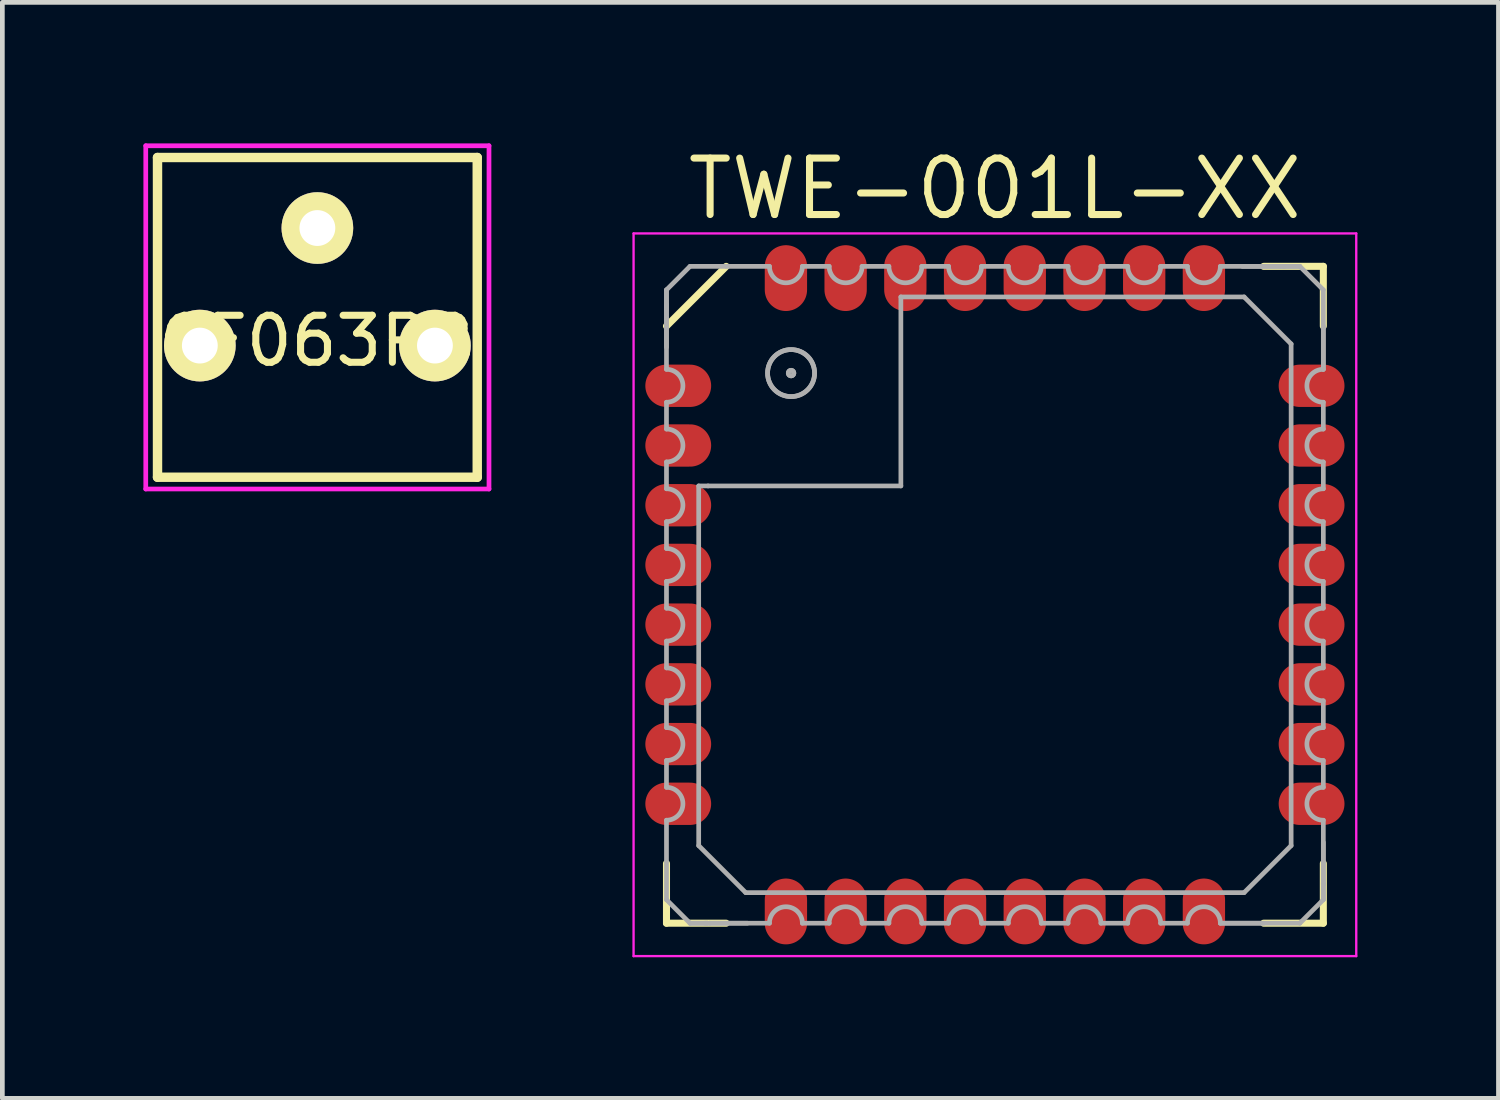
<source format=kicad_pcb>
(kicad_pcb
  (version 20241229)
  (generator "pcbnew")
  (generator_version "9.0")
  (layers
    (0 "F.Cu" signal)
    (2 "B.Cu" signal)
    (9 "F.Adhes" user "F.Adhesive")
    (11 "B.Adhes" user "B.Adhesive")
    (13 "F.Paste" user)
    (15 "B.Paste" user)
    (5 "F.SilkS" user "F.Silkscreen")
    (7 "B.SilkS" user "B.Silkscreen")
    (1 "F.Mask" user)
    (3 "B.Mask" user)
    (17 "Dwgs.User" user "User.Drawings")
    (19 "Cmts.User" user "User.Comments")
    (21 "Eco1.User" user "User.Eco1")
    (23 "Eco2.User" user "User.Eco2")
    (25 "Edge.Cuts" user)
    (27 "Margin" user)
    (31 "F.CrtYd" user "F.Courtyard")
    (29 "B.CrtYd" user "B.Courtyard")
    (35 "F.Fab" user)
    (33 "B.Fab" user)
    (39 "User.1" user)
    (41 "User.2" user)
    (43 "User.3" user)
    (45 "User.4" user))
  (footprint "TWE-001L-XX"
    (layer "F.Cu")
    (at 18.11 9.6)
    (property "Reference" "TWE-001L-XX" (at 0 -8.635 0) (layer "F.SilkS") (effects (font (size 1.2 1.2) (thickness 0.15))))
    (attr smd)
    (fp_line (start -6.985 -5.715) (end -5.715 -6.985) (stroke (width 0.15) (type solid)) (layer "F.SilkS"))
    (fp_line (start -6.985 6.985) (end -6.985 5.715) (stroke (width 0.15) (type solid)) (layer "F.SilkS"))
    (fp_line (start -5.715 6.985) (end -6.985 6.985) (stroke (width 0.15) (type solid)) (layer "F.SilkS"))
    (fp_line (start 5.715 -6.985) (end 6.985 -6.985) (stroke (width 0.15) (type solid)) (layer "F.SilkS"))
    (fp_line (start 5.715 6.985) (end 6.985 6.985) (stroke (width 0.15) (type solid)) (layer "F.SilkS"))
    (fp_line (start 6.985 -6.985) (end 6.985 -5.715) (stroke (width 0.15) (type solid)) (layer "F.SilkS"))
    (fp_line (start 6.985 6.985) (end 6.985 5.715) (stroke (width 0.15) (type solid)) (layer "F.SilkS"))
    (fp_line (start -7.685 -7.685) (end 7.685 -7.685) (stroke (width 0.05) (type solid)) (layer "F.CrtYd"))
    (fp_line (start -7.685 7.685) (end -7.685 -7.685) (stroke (width 0.05) (type solid)) (layer "F.CrtYd"))
    (fp_line (start 7.685 -7.685) (end 7.685 7.685) (stroke (width 0.05) (type solid)) (layer "F.CrtYd"))
    (fp_line (start 7.685 7.685) (end -7.685 7.685) (stroke (width 0.05) (type solid)) (layer "F.CrtYd"))
    (fp_line (start -6.985 -6.485) (end -6.985 -6.115) (stroke (width 0.1) (type solid)) (layer "F.Fab"))
    (fp_line (start -6.985 -6.485) (end -6.985 -6.115) (stroke (width 0.1) (type solid)) (layer "F.Fab"))
    (fp_line (start -6.985 -6.065) (end -6.985 -6.165) (stroke (width 0.1) (type solid)) (layer "F.Fab"))
    (fp_line (start -6.985 -6.065) (end -6.985 -5.265) (stroke (width 0.1) (type solid)) (layer "F.Fab"))
    (fp_line (start -6.985 -6.065) (end -6.985 -4.795) (stroke (width 0.1) (type solid)) (layer "F.Fab"))
    (fp_line (start -6.985 -4.095) (end -6.985 -3.525) (stroke (width 0.1) (type solid)) (layer "F.Fab"))
    (fp_line (start -6.985 -2.825) (end -6.985 -2.255) (stroke (width 0.1) (type solid)) (layer "F.Fab"))
    (fp_line (start -6.985 -1.555) (end -6.985 -0.985) (stroke (width 0.1) (type solid)) (layer "F.Fab"))
    (fp_line (start -6.985 -0.285) (end -6.985 0.285) (stroke (width 0.1) (type solid)) (layer "F.Fab"))
    (fp_line (start -6.985 0.985) (end -6.985 1.555) (stroke (width 0.1) (type solid)) (layer "F.Fab"))
    (fp_line (start -6.985 2.255) (end -6.985 2.825) (stroke (width 0.1) (type solid)) (layer "F.Fab"))
    (fp_line (start -6.985 3.525) (end -6.985 4.095) (stroke (width 0.1) (type solid)) (layer "F.Fab"))
    (fp_line (start -6.985 6.485) (end -6.985 4.795) (stroke (width 0.1) (type solid)) (layer "F.Fab"))
    (fp_line (start -6.985 6.485) (end -6.485 6.985) (stroke (width 0.1) (type solid)) (layer "F.Fab"))
    (fp_line (start -6.485 -6.985) (end -6.985 -6.485) (stroke (width 0.1) (type solid)) (layer "F.Fab"))
    (fp_line (start -6.485 6.985) (end -6.115 6.985) (stroke (width 0.1) (type solid)) (layer "F.Fab"))
    (fp_line (start -6.485 6.985) (end -6.115 6.985) (stroke (width 0.1) (type solid)) (layer "F.Fab"))
    (fp_line (start -6.3 -2.315) (end -6.3 5.335) (stroke (width 0.1) (type solid)) (layer "F.Fab"))
    (fp_line (start -6.3 5.335) (end -5.3 6.335) (stroke (width 0.1) (type solid)) (layer "F.Fab"))
    (fp_line (start -6.1 -2.315) (end -6.3 -2.315) (stroke (width 0.1) (type solid)) (layer "F.Fab"))
    (fp_line (start -6.065 6.985) (end -6.165 6.985) (stroke (width 0.1) (type solid)) (layer "F.Fab"))
    (fp_line (start -6.065 6.985) (end -5.265 6.985) (stroke (width 0.1) (type solid)) (layer "F.Fab"))
    (fp_line (start -6.065 6.985) (end -4.795 6.985) (stroke (width 0.1) (type solid)) (layer "F.Fab"))
    (fp_line (start -5.715 -6.985) (end -6.485 -6.985) (stroke (width 0.1) (type solid)) (layer "F.Fab"))
    (fp_line (start -5.3 6.335) (end 5.3 6.335) (stroke (width 0.1) (type solid)) (layer "F.Fab"))
    (fp_line (start -4.795 -6.985) (end -5.715 -6.985) (stroke (width 0.1) (type solid)) (layer "F.Fab"))
    (fp_line (start -4.095 6.985) (end -3.525 6.985) (stroke (width 0.1) (type solid)) (layer "F.Fab"))
    (fp_line (start -3.525 -6.985) (end -4.095 -6.985) (stroke (width 0.1) (type solid)) (layer "F.Fab"))
    (fp_line (start -2.825 6.985) (end -2.255 6.985) (stroke (width 0.1) (type solid)) (layer "F.Fab"))
    (fp_line (start -2.255 -6.985) (end -2.825 -6.985) (stroke (width 0.1) (type solid)) (layer "F.Fab"))
    (fp_line (start -2 -6.335) (end -2 -2.315) (stroke (width 0.1) (type solid)) (layer "F.Fab"))
    (fp_line (start -2 -2.315) (end -6.1 -2.315) (stroke (width 0.1) (type solid)) (layer "F.Fab"))
    (fp_line (start -1.555 6.985) (end -0.985 6.985) (stroke (width 0.1) (type solid)) (layer "F.Fab"))
    (fp_line (start -0.985 -6.985) (end -1.555 -6.985) (stroke (width 0.1) (type solid)) (layer "F.Fab"))
    (fp_line (start -0.285 6.985) (end 0.285 6.985) (stroke (width 0.1) (type solid)) (layer "F.Fab"))
    (fp_line (start 0.285 -6.985) (end -0.285 -6.985) (stroke (width 0.1) (type solid)) (layer "F.Fab"))
    (fp_line (start 0.985 6.985) (end 1.555 6.985) (stroke (width 0.1) (type solid)) (layer "F.Fab"))
    (fp_line (start 1.555 -6.985) (end 0.985 -6.985) (stroke (width 0.1) (type solid)) (layer "F.Fab"))
    (fp_line (start 2.255 6.985) (end 2.825 6.985) (stroke (width 0.1) (type solid)) (layer "F.Fab"))
    (fp_line (start 2.825 -6.985) (end 2.255 -6.985) (stroke (width 0.1) (type solid)) (layer "F.Fab"))
    (fp_line (start 3.525 6.985) (end 4.095 6.985) (stroke (width 0.1) (type solid)) (layer "F.Fab"))
    (fp_line (start 4.095 -6.985) (end 3.525 -6.985) (stroke (width 0.1) (type solid)) (layer "F.Fab"))
    (fp_line (start 4.795 6.985) (end 5.715 6.985) (stroke (width 0.1) (type solid)) (layer "F.Fab"))
    (fp_line (start 4.795 6.985) (end 6.485 6.985) (stroke (width 0.1) (type solid)) (layer "F.Fab"))
    (fp_line (start 5.3 -6.335) (end -2 -6.335) (stroke (width 0.1) (type solid)) (layer "F.Fab"))
    (fp_line (start 5.3 6.335) (end 6.3 5.335) (stroke (width 0.1) (type solid)) (layer "F.Fab"))
    (fp_line (start 6.065 -6.985) (end 4.795 -6.985) (stroke (width 0.1) (type solid)) (layer "F.Fab"))
    (fp_line (start 6.065 -6.985) (end 5.265 -6.985) (stroke (width 0.1) (type solid)) (layer "F.Fab"))
    (fp_line (start 6.065 -6.985) (end 6.165 -6.985) (stroke (width 0.1) (type solid)) (layer "F.Fab"))
    (fp_line (start 6.3 -5.335) (end 5.3 -6.335) (stroke (width 0.1) (type solid)) (layer "F.Fab"))
    (fp_line (start 6.3 5.335) (end 6.3 -5.335) (stroke (width 0.1) (type solid)) (layer "F.Fab"))
    (fp_line (start 6.485 -6.985) (end 6.115 -6.985) (stroke (width 0.1) (type solid)) (layer "F.Fab"))
    (fp_line (start 6.485 -6.985) (end 6.115 -6.985) (stroke (width 0.1) (type solid)) (layer "F.Fab"))
    (fp_line (start 6.485 6.985) (end 6.985 6.485) (stroke (width 0.1) (type solid)) (layer "F.Fab"))
    (fp_line (start 6.985 -6.485) (end 6.485 -6.985) (stroke (width 0.1) (type solid)) (layer "F.Fab"))
    (fp_line (start 6.985 -4.795) (end 6.985 -6.485) (stroke (width 0.1) (type solid)) (layer "F.Fab"))
    (fp_line (start 6.985 -4.795) (end 6.985 -5.715) (stroke (width 0.1) (type solid)) (layer "F.Fab"))
    (fp_line (start 6.985 -3.525) (end 6.985 -4.095) (stroke (width 0.1) (type solid)) (layer "F.Fab"))
    (fp_line (start 6.985 -2.255) (end 6.985 -2.825) (stroke (width 0.1) (type solid)) (layer "F.Fab"))
    (fp_line (start 6.985 -0.985) (end 6.985 -1.555) (stroke (width 0.1) (type solid)) (layer "F.Fab"))
    (fp_line (start 6.985 0.285) (end 6.985 -0.285) (stroke (width 0.1) (type solid)) (layer "F.Fab"))
    (fp_line (start 6.985 1.555) (end 6.985 0.985) (stroke (width 0.1) (type solid)) (layer "F.Fab"))
    (fp_line (start 6.985 2.825) (end 6.985 2.255) (stroke (width 0.1) (type solid)) (layer "F.Fab"))
    (fp_line (start 6.985 4.095) (end 6.985 3.525) (stroke (width 0.1) (type solid)) (layer "F.Fab"))
    (fp_line (start 6.985 6.065) (end 6.985 4.795) (stroke (width 0.1) (type solid)) (layer "F.Fab"))
    (fp_line (start 6.985 6.065) (end 6.985 5.265) (stroke (width 0.1) (type solid)) (layer "F.Fab"))
    (fp_line (start 6.985 6.065) (end 6.985 6.165) (stroke (width 0.1) (type solid)) (layer "F.Fab"))
    (fp_line (start 6.985 6.485) (end 6.985 6.115) (stroke (width 0.1) (type solid)) (layer "F.Fab"))
    (fp_line (start 6.985 6.485) (end 6.985 6.115) (stroke (width 0.1) (type solid)) (layer "F.Fab"))
    (fp_arc (start -6.985021 -4.795) (mid -6.635021 -4.445) (end -6.985021 -4.095) (stroke (width 0.1) (type solid)) (layer "F.Fab"))
    (fp_arc (start -6.985021 -3.525) (mid -6.635021 -3.175) (end -6.985021 -2.825) (stroke (width 0.1) (type solid)) (layer "F.Fab"))
    (fp_arc (start -6.985021 -2.255) (mid -6.635021 -1.905) (end -6.985021 -1.555) (stroke (width 0.1) (type solid)) (layer "F.Fab"))
    (fp_arc (start -6.985021 -0.985) (mid -6.635021 -0.635) (end -6.985021 -0.285) (stroke (width 0.1) (type solid)) (layer "F.Fab"))
    (fp_arc (start -6.985021 0.285) (mid -6.635021 0.635) (end -6.985021 0.985) (stroke (width 0.1) (type solid)) (layer "F.Fab"))
    (fp_arc (start -6.985021 1.555) (mid -6.635021 1.905) (end -6.985021 2.255) (stroke (width 0.1) (type solid)) (layer "F.Fab"))
    (fp_arc (start -6.985021 2.825) (mid -6.635021 3.175) (end -6.985021 3.525) (stroke (width 0.1) (type solid)) (layer "F.Fab"))
    (fp_arc (start -6.985021 4.095) (mid -6.635021 4.445) (end -6.985021 4.795) (stroke (width 0.1) (type solid)) (layer "F.Fab"))
    (fp_arc (start -4.795021 6.985) (mid -4.445021 6.635) (end -4.095021 6.985) (stroke (width 0.1) (type solid)) (layer "F.Fab"))
    (fp_arc (start -4.095021 -6.985) (mid -4.445021 -6.635) (end -4.795021 -6.985) (stroke (width 0.1) (type solid)) (layer "F.Fab"))
    (fp_arc (start -3.525021 6.985) (mid -3.175021 6.635) (end -2.825021 6.985) (stroke (width 0.1) (type solid)) (layer "F.Fab"))
    (fp_arc (start -2.825021 -6.985) (mid -3.175021 -6.635) (end -3.525021 -6.985) (stroke (width 0.1) (type solid)) (layer "F.Fab"))
    (fp_arc (start -2.255021 6.985) (mid -1.905021 6.635) (end -1.555021 6.985) (stroke (width 0.1) (type solid)) (layer "F.Fab"))
    (fp_arc (start -1.555021 -6.985) (mid -1.905021 -6.635) (end -2.255021 -6.985) (stroke (width 0.1) (type solid)) (layer "F.Fab"))
    (fp_arc (start -0.985021 6.985) (mid -0.635021 6.635) (end -0.285021 6.985) (stroke (width 0.1) (type solid)) (layer "F.Fab"))
    (fp_arc (start -0.285021 -6.985) (mid -0.635021 -6.635) (end -0.985021 -6.985) (stroke (width 0.1) (type solid)) (layer "F.Fab"))
    (fp_arc (start 0.284979 6.985) (mid 0.634979 6.635) (end 0.984979 6.985) (stroke (width 0.1) (type solid)) (layer "F.Fab"))
    (fp_arc (start 0.984979 -6.985) (mid 0.634979 -6.635) (end 0.284979 -6.985) (stroke (width 0.1) (type solid)) (layer "F.Fab"))
    (fp_arc (start 1.554979 6.985) (mid 1.904979 6.635) (end 2.254979 6.985) (stroke (width 0.1) (type solid)) (layer "F.Fab"))
    (fp_arc (start 2.254979 -6.985) (mid 1.904979 -6.635) (end 1.554979 -6.985) (stroke (width 0.1) (type solid)) (layer "F.Fab"))
    (fp_arc (start 2.824979 6.985) (mid 3.174979 6.635) (end 3.524979 6.985) (stroke (width 0.1) (type solid)) (layer "F.Fab"))
    (fp_arc (start 3.524979 -6.985) (mid 3.174979 -6.635) (end 2.824979 -6.985) (stroke (width 0.1) (type solid)) (layer "F.Fab"))
    (fp_arc (start 4.094979 6.985) (mid 4.444979 6.635) (end 4.794979 6.985) (stroke (width 0.1) (type solid)) (layer "F.Fab"))
    (fp_arc (start 4.794979 -6.985) (mid 4.444979 -6.635) (end 4.094979 -6.985) (stroke (width 0.1) (type solid)) (layer "F.Fab"))
    (fp_arc (start 6.985021 -4.095) (mid 6.635021 -4.445) (end 6.985021 -4.795) (stroke (width 0.1) (type solid)) (layer "F.Fab"))
    (fp_arc (start 6.985021 -2.825) (mid 6.635021 -3.175) (end 6.985021 -3.525) (stroke (width 0.1) (type solid)) (layer "F.Fab"))
    (fp_arc (start 6.985021 -1.555) (mid 6.635021 -1.905) (end 6.985021 -2.255) (stroke (width 0.1) (type solid)) (layer "F.Fab"))
    (fp_arc (start 6.985021 -0.285) (mid 6.635021 -0.635) (end 6.985021 -0.985) (stroke (width 0.1) (type solid)) (layer "F.Fab"))
    (fp_arc (start 6.985021 0.985) (mid 6.635021 0.635) (end 6.985021 0.285) (stroke (width 0.1) (type solid)) (layer "F.Fab"))
    (fp_arc (start 6.985021 2.255) (mid 6.635021 1.905) (end 6.985021 1.555) (stroke (width 0.1) (type solid)) (layer "F.Fab"))
    (fp_arc (start 6.985021 3.525) (mid 6.635021 3.175) (end 6.985021 2.825) (stroke (width 0.1) (type solid)) (layer "F.Fab"))
    (fp_arc (start 6.985021 4.795) (mid 6.635021 4.445) (end 6.985021 4.095) (stroke (width 0.1) (type solid)) (layer "F.Fab"))
    (fp_circle (center -4.335 -4.715) (end -4.335 -4.705) (stroke (width 0.1) (type solid)) (fill no) (layer "F.Fab"))
    (fp_circle (center -4.335 -4.715) (end -4.335 -4.705) (stroke (width 0.1) (type solid)) (fill no) (layer "F.Fab"))
    (fp_circle (center -4.335 -4.715) (end -4.335 -4.215) (stroke (width 0.1) (type solid)) (fill no) (layer "F.Fab"))
    (fp_circle (center -4.335 -4.715) (end -4.335 -4.215) (stroke (width 0.1) (type solid)) (fill no) (layer "F.Fab"))
    (pad "1" smd oval (at -6.735 -4.445 90) (size 0.9 1.4) (layers "F.Cu" "F.Mask" "F.Paste"))
    (pad "2" smd oval (at -6.735 -3.175 90) (size 0.9 1.4) (layers "F.Cu" "F.Mask" "F.Paste"))
    (pad "3" smd oval (at -6.735 -1.905 90) (size 0.9 1.4) (layers "F.Cu" "F.Mask" "F.Paste"))
    (pad "4" smd oval (at -6.735 -0.635 90) (size 0.9 1.4) (layers "F.Cu" "F.Mask" "F.Paste"))
    (pad "5" smd oval (at -6.735 0.635 90) (size 0.9 1.4) (layers "F.Cu" "F.Mask" "F.Paste"))
    (pad "6" smd oval (at -6.735 1.905 90) (size 0.9 1.4) (layers "F.Cu" "F.Mask" "F.Paste"))
    (pad "7" smd oval (at -6.735 3.175 90) (size 0.9 1.4) (layers "F.Cu" "F.Mask" "F.Paste"))
    (pad "8" smd oval (at -6.735 4.445 90) (size 0.9 1.4) (layers "F.Cu" "F.Mask" "F.Paste"))
    (pad "9" smd oval (at -4.445 6.735) (size 0.9 1.4) (layers "F.Cu" "F.Mask" "F.Paste"))
    (pad "10" smd oval (at -3.175 6.735) (size 0.9 1.4) (layers "F.Cu" "F.Mask" "F.Paste"))
    (pad "11" smd oval (at -1.905 6.735) (size 0.9 1.4) (layers "F.Cu" "F.Mask" "F.Paste"))
    (pad "12" smd oval (at -0.635 6.735) (size 0.9 1.4) (layers "F.Cu" "F.Mask" "F.Paste"))
    (pad "13" smd oval (at 0.635 6.735) (size 0.9 1.4) (layers "F.Cu" "F.Mask" "F.Paste"))
    (pad "14" smd oval (at 1.905 6.735) (size 0.9 1.4) (layers "F.Cu" "F.Mask" "F.Paste"))
    (pad "15" smd oval (at 3.175 6.735) (size 0.9 1.4) (layers "F.Cu" "F.Mask" "F.Paste"))
    (pad "16" smd oval (at 4.445 6.735) (size 0.9 1.4) (layers "F.Cu" "F.Mask" "F.Paste"))
    (pad "17" smd oval (at 6.735 4.445 90) (size 0.9 1.4) (layers "F.Cu" "F.Mask" "F.Paste"))
    (pad "18" smd oval (at 6.735 3.175 90) (size 0.9 1.4) (layers "F.Cu" "F.Mask" "F.Paste"))
    (pad "19" smd oval (at 6.735 1.905 90) (size 0.9 1.4) (layers "F.Cu" "F.Mask" "F.Paste"))
    (pad "20" smd oval (at 6.735 0.635 90) (size 0.9 1.4) (layers "F.Cu" "F.Mask" "F.Paste"))
    (pad "21" smd oval (at 6.735 -0.635 90) (size 0.9 1.4) (layers "F.Cu" "F.Mask" "F.Paste"))
    (pad "22" smd oval (at 6.735 -1.905 90) (size 0.9 1.4) (layers "F.Cu" "F.Mask" "F.Paste"))
    (pad "23" smd oval (at 6.735 -3.175 90) (size 0.9 1.4) (layers "F.Cu" "F.Mask" "F.Paste"))
    (pad "24" smd oval (at 6.735 -4.445 90) (size 0.9 1.4) (layers "F.Cu" "F.Mask" "F.Paste"))
    (pad "25" smd oval (at 4.445 -6.735) (size 0.9 1.4) (layers "F.Cu" "F.Mask" "F.Paste"))
    (pad "26" smd oval (at 3.175 -6.735) (size 0.9 1.4) (layers "F.Cu" "F.Mask" "F.Paste"))
    (pad "27" smd oval (at 1.905 -6.735) (size 0.9 1.4) (layers "F.Cu" "F.Mask" "F.Paste"))
    (pad "28" smd oval (at 0.635 -6.735) (size 0.9 1.4) (layers "F.Cu" "F.Mask" "F.Paste"))
    (pad "29" smd oval (at -0.635 -6.735) (size 0.9 1.4) (layers "F.Cu" "F.Mask" "F.Paste"))
    (pad "30" smd oval (at -1.905 -6.735) (size 0.9 1.4) (layers "F.Cu" "F.Mask" "F.Paste"))
    (pad "31" smd oval (at -3.175 -6.735) (size 0.9 1.4) (layers "F.Cu" "F.Mask" "F.Paste"))
    (pad "32" smd oval (at -4.445 -6.735) (size 0.9 1.4) (layers "F.Cu" "F.Mask" "F.Paste")))
  (footprint "GF063PB"
    (layer "F.Cu")
    (at 3.7 3.7)
    (property "Reference" "GF063PB" (at 0 0.5 0) (layer "F.SilkS") (effects (font (size 1 1) (thickness 0.15))))
    (attr through_hole)
    (fp_line (start -3.4 -3.4) (end 3.4 -3.4) (stroke (width 0.2) (type solid)) (layer "F.SilkS"))
    (fp_line (start -3.4 3.4) (end -3.4 -3.4) (stroke (width 0.2) (type solid)) (layer "F.SilkS"))
    (fp_line (start 3.4 -3.4) (end 3.4 3.4) (stroke (width 0.2) (type solid)) (layer "F.SilkS"))
    (fp_line (start 3.4 3.4) (end -3.4 3.4) (stroke (width 0.2) (type solid)) (layer "F.SilkS"))
    (fp_line (start -3.65 -3.65) (end 3.65 -3.65) (stroke (width 0.1) (type solid)) (layer "F.CrtYd"))
    (fp_line (start -3.65 3.65) (end -3.65 -3.65) (stroke (width 0.1) (type solid)) (layer "F.CrtYd"))
    (fp_line (start 3.65 -3.65) (end 3.65 3.65) (stroke (width 0.1) (type solid)) (layer "F.CrtYd"))
    (fp_line (start 3.65 3.65) (end -3.65 3.65) (stroke (width 0.1) (type solid)) (layer "F.CrtYd"))
    (pad "1" thru_hole circle (at -2.5 0.6) (size 1.524 1.524) (drill 0.762) (layers "*.Cu" "*.Mask" "F.SilkS"))
    (pad "2" thru_hole circle (at 0 -1.9) (size 1.524 1.524) (drill 0.762) (layers "*.Cu" "*.Mask" "F.SilkS"))
    (pad "3" thru_hole circle (at 2.5 0.6) (size 1.524 1.524) (drill 0.762) (layers "*.Cu" "*.Mask" "F.SilkS")))
  (gr_rect
    (start -3 -3)
    (end 28.82 20.31)
    (stroke (width 0.1) (type default))
    (fill no)
    (layer "Edge.Cuts")))
</source>
